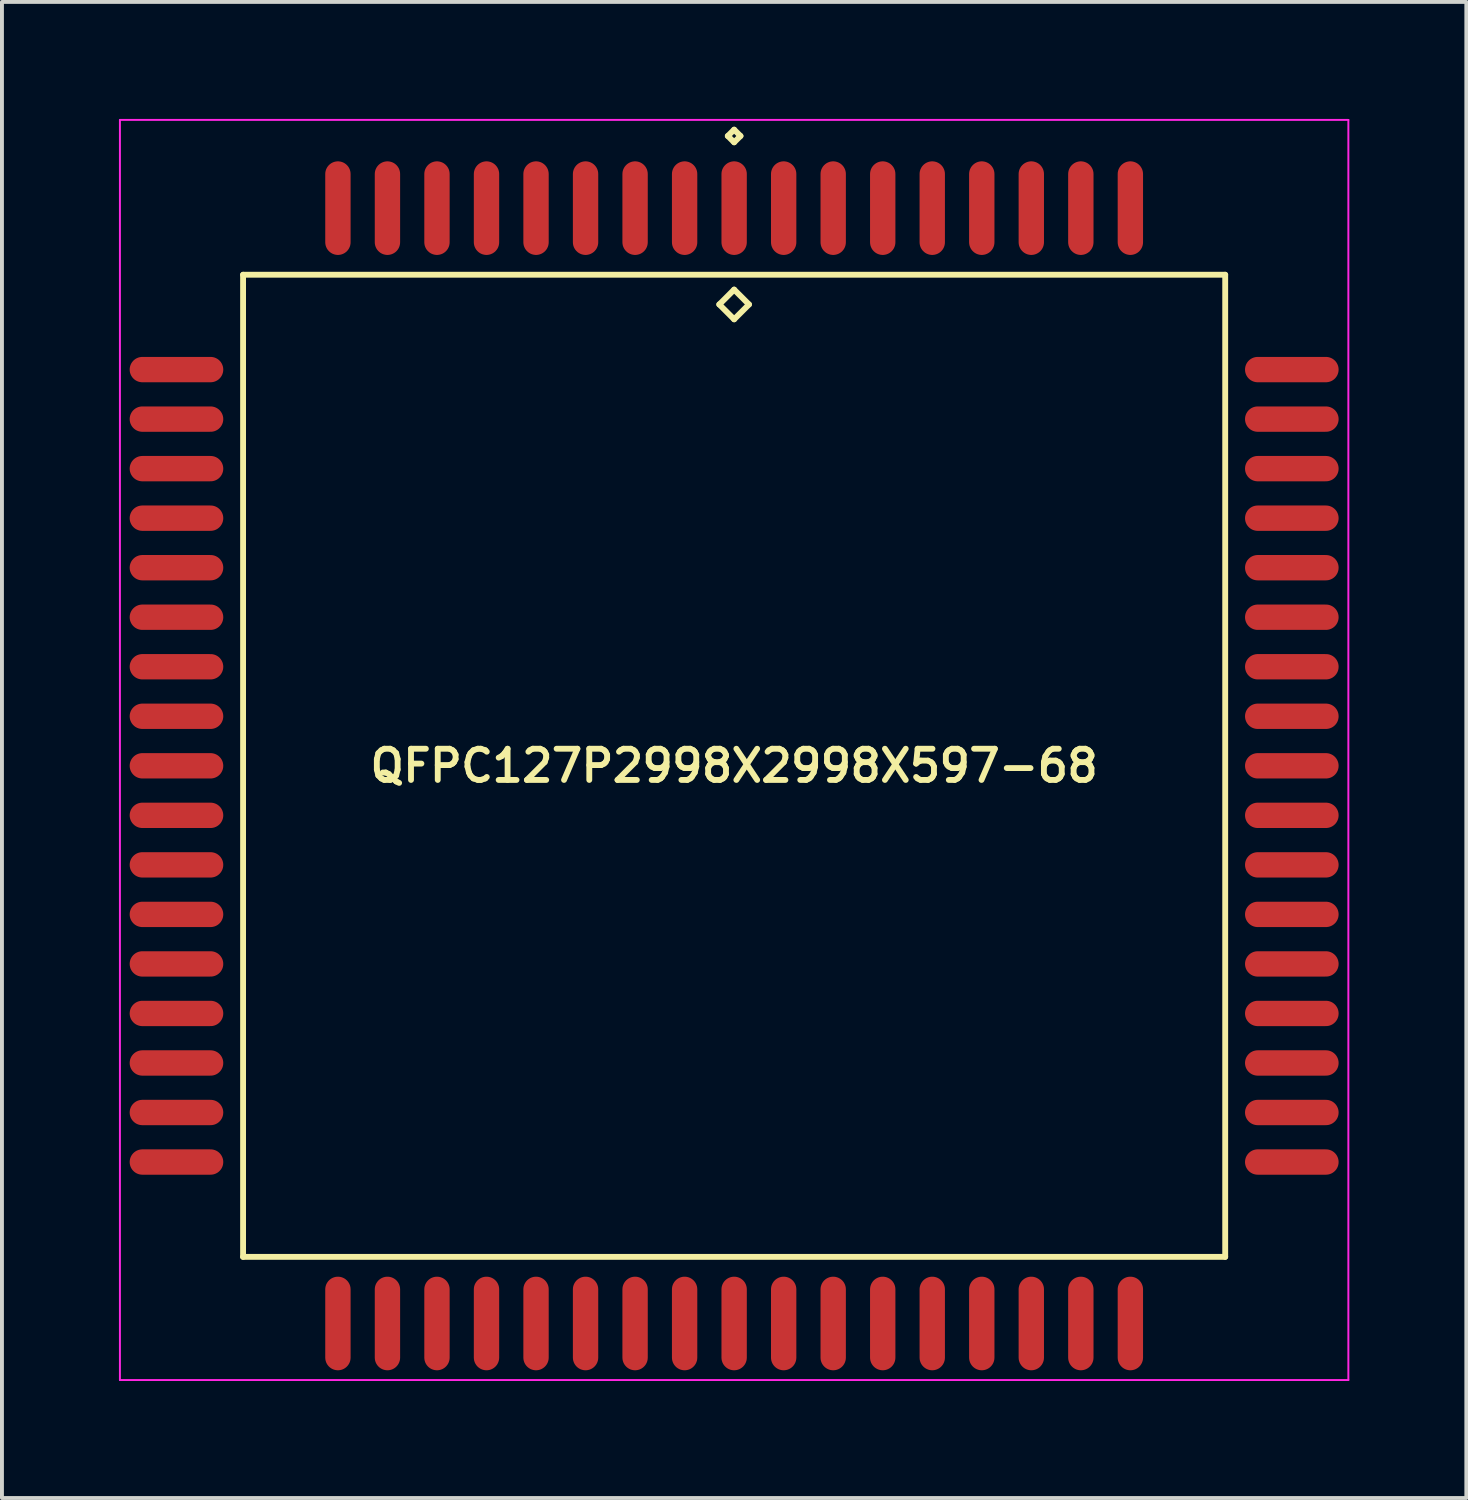
<source format=kicad_pcb>
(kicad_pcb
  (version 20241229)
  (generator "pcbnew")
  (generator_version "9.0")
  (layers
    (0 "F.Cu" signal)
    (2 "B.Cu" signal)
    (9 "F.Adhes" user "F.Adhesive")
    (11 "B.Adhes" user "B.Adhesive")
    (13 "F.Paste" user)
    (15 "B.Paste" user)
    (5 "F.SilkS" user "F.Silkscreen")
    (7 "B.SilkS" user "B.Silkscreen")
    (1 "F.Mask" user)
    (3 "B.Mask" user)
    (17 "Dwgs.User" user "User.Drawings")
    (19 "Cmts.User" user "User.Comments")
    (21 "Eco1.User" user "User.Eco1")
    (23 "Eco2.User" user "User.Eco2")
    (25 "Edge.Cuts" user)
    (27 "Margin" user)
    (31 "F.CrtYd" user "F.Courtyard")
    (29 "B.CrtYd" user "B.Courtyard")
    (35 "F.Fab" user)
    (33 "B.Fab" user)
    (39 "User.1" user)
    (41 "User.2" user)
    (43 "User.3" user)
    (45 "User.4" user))
  (footprint "QFPC127P2998X2998X597-68"
    (layer "F.Cu")
    (at 15.775 16.587)
    (property "Reference" "QFPC127P2998X2998X597-68" (at 0 0 0) (layer "F.SilkS") (effects (font (size 0.8 0.8) (thickness 0.15))))
    (attr smd)
    (fp_line (start -12.592 -12.592) (end -12.592 12.592) (stroke (width 0.15) (type solid)) (layer "F.SilkS"))
    (fp_line (start -12.592 12.592) (end 12.592 12.592) (stroke (width 0.15) (type solid)) (layer "F.SilkS"))
    (fp_line (start -0.381 -11.83) (end 0 -12.211) (stroke (width 0.15) (type solid)) (layer "F.SilkS"))
    (fp_line (start -0.163 -16.15) (end 0 -16.312) (stroke (width 0.15) (type solid)) (layer "F.SilkS"))
    (fp_line (start 0 -16.312) (end 0.163 -16.15) (stroke (width 0.15) (type solid)) (layer "F.SilkS"))
    (fp_line (start 0 -15.988) (end -0.163 -16.15) (stroke (width 0.15) (type solid)) (layer "F.SilkS"))
    (fp_line (start 0 -12.211) (end 0.381 -11.83) (stroke (width 0.15) (type solid)) (layer "F.SilkS"))
    (fp_line (start 0 -11.449) (end -0.381 -11.83) (stroke (width 0.15) (type solid)) (layer "F.SilkS"))
    (fp_line (start 0.163 -16.15) (end 0 -15.988) (stroke (width 0.15) (type solid)) (layer "F.SilkS"))
    (fp_line (start 0.381 -11.83) (end 0 -11.449) (stroke (width 0.15) (type solid)) (layer "F.SilkS"))
    (fp_line (start 12.592 -12.592) (end -12.592 -12.592) (stroke (width 0.15) (type solid)) (layer "F.SilkS"))
    (fp_line (start 12.592 12.592) (end 12.592 -12.592) (stroke (width 0.15) (type solid)) (layer "F.SilkS"))
    (fp_line (start -15.75 -16.562) (end 15.75 -16.562) (stroke (width 0.05) (type solid)) (layer "F.CrtYd"))
    (fp_line (start -15.75 15.75) (end -15.75 -16.562) (stroke (width 0.05) (type solid)) (layer "F.CrtYd"))
    (fp_line (start 15.75 -16.562) (end 15.75 15.75) (stroke (width 0.05) (type solid)) (layer "F.CrtYd"))
    (fp_line (start 15.75 15.75) (end -15.75 15.75) (stroke (width 0.05) (type solid)) (layer "F.CrtYd"))
    (pad "1" smd oval (at 0 -14.3) (size 0.65 2.4) (layers "F.Cu" "F.Mask" "F.Paste"))
    (pad "2" smd oval (at -1.27 -14.3) (size 0.65 2.4) (layers "F.Cu" "F.Mask" "F.Paste"))
    (pad "3" smd oval (at -2.54 -14.3) (size 0.65 2.4) (layers "F.Cu" "F.Mask" "F.Paste"))
    (pad "4" smd oval (at -3.81 -14.3) (size 0.65 2.4) (layers "F.Cu" "F.Mask" "F.Paste"))
    (pad "5" smd oval (at -5.08 -14.3) (size 0.65 2.4) (layers "F.Cu" "F.Mask" "F.Paste"))
    (pad "6" smd oval (at -6.35 -14.3) (size 0.65 2.4) (layers "F.Cu" "F.Mask" "F.Paste"))
    (pad "7" smd oval (at -7.62 -14.3) (size 0.65 2.4) (layers "F.Cu" "F.Mask" "F.Paste"))
    (pad "8" smd oval (at -8.89 -14.3) (size 0.65 2.4) (layers "F.Cu" "F.Mask" "F.Paste"))
    (pad "9" smd oval (at -10.16 -14.3) (size 0.65 2.4) (layers "F.Cu" "F.Mask" "F.Paste"))
    (pad "10" smd oval (at -14.3 -10.16) (size 2.4 0.65) (layers "F.Cu" "F.Mask" "F.Paste"))
    (pad "11" smd oval (at -14.3 -8.89) (size 2.4 0.65) (layers "F.Cu" "F.Mask" "F.Paste"))
    (pad "12" smd oval (at -14.3 -7.62) (size 2.4 0.65) (layers "F.Cu" "F.Mask" "F.Paste"))
    (pad "13" smd oval (at -14.3 -6.35) (size 2.4 0.65) (layers "F.Cu" "F.Mask" "F.Paste"))
    (pad "14" smd oval (at -14.3 -5.08) (size 2.4 0.65) (layers "F.Cu" "F.Mask" "F.Paste"))
    (pad "15" smd oval (at -14.3 -3.81) (size 2.4 0.65) (layers "F.Cu" "F.Mask" "F.Paste"))
    (pad "16" smd oval (at -14.3 -2.54) (size 2.4 0.65) (layers "F.Cu" "F.Mask" "F.Paste"))
    (pad "17" smd oval (at -14.3 -1.27) (size 2.4 0.65) (layers "F.Cu" "F.Mask" "F.Paste"))
    (pad "18" smd oval (at -14.3 0) (size 2.4 0.65) (layers "F.Cu" "F.Mask" "F.Paste"))
    (pad "19" smd oval (at -14.3 1.27) (size 2.4 0.65) (layers "F.Cu" "F.Mask" "F.Paste"))
    (pad "20" smd oval (at -14.3 2.54) (size 2.4 0.65) (layers "F.Cu" "F.Mask" "F.Paste"))
    (pad "21" smd oval (at -14.3 3.81) (size 2.4 0.65) (layers "F.Cu" "F.Mask" "F.Paste"))
    (pad "22" smd oval (at -14.3 5.08) (size 2.4 0.65) (layers "F.Cu" "F.Mask" "F.Paste"))
    (pad "23" smd oval (at -14.3 6.35) (size 2.4 0.65) (layers "F.Cu" "F.Mask" "F.Paste"))
    (pad "24" smd oval (at -14.3 7.62) (size 2.4 0.65) (layers "F.Cu" "F.Mask" "F.Paste"))
    (pad "25" smd oval (at -14.3 8.89) (size 2.4 0.65) (layers "F.Cu" "F.Mask" "F.Paste"))
    (pad "26" smd oval (at -14.3 10.16) (size 2.4 0.65) (layers "F.Cu" "F.Mask" "F.Paste"))
    (pad "27" smd oval (at -10.16 14.3) (size 0.65 2.4) (layers "F.Cu" "F.Mask" "F.Paste"))
    (pad "28" smd oval (at -8.89 14.3) (size 0.65 2.4) (layers "F.Cu" "F.Mask" "F.Paste"))
    (pad "29" smd oval (at -7.62 14.3) (size 0.65 2.4) (layers "F.Cu" "F.Mask" "F.Paste"))
    (pad "30" smd oval (at -6.35 14.3) (size 0.65 2.4) (layers "F.Cu" "F.Mask" "F.Paste"))
    (pad "31" smd oval (at -5.08 14.3) (size 0.65 2.4) (layers "F.Cu" "F.Mask" "F.Paste"))
    (pad "32" smd oval (at -3.81 14.3) (size 0.65 2.4) (layers "F.Cu" "F.Mask" "F.Paste"))
    (pad "33" smd oval (at -2.54 14.3) (size 0.65 2.4) (layers "F.Cu" "F.Mask" "F.Paste"))
    (pad "34" smd oval (at -1.27 14.3) (size 0.65 2.4) (layers "F.Cu" "F.Mask" "F.Paste"))
    (pad "35" smd oval (at 0 14.3) (size 0.65 2.4) (layers "F.Cu" "F.Mask" "F.Paste"))
    (pad "36" smd oval (at 1.27 14.3) (size 0.65 2.4) (layers "F.Cu" "F.Mask" "F.Paste"))
    (pad "37" smd oval (at 2.54 14.3) (size 0.65 2.4) (layers "F.Cu" "F.Mask" "F.Paste"))
    (pad "38" smd oval (at 3.81 14.3) (size 0.65 2.4) (layers "F.Cu" "F.Mask" "F.Paste"))
    (pad "39" smd oval (at 5.08 14.3) (size 0.65 2.4) (layers "F.Cu" "F.Mask" "F.Paste"))
    (pad "40" smd oval (at 6.35 14.3) (size 0.65 2.4) (layers "F.Cu" "F.Mask" "F.Paste"))
    (pad "41" smd oval (at 7.62 14.3) (size 0.65 2.4) (layers "F.Cu" "F.Mask" "F.Paste"))
    (pad "42" smd oval (at 8.89 14.3) (size 0.65 2.4) (layers "F.Cu" "F.Mask" "F.Paste"))
    (pad "43" smd oval (at 10.16 14.3) (size 0.65 2.4) (layers "F.Cu" "F.Mask" "F.Paste"))
    (pad "44" smd oval (at 14.3 10.16) (size 2.4 0.65) (layers "F.Cu" "F.Mask" "F.Paste"))
    (pad "45" smd oval (at 14.3 8.89) (size 2.4 0.65) (layers "F.Cu" "F.Mask" "F.Paste"))
    (pad "46" smd oval (at 14.3 7.62) (size 2.4 0.65) (layers "F.Cu" "F.Mask" "F.Paste"))
    (pad "47" smd oval (at 14.3 6.35) (size 2.4 0.65) (layers "F.Cu" "F.Mask" "F.Paste"))
    (pad "48" smd oval (at 14.3 5.08) (size 2.4 0.65) (layers "F.Cu" "F.Mask" "F.Paste"))
    (pad "49" smd oval (at 14.3 3.81) (size 2.4 0.65) (layers "F.Cu" "F.Mask" "F.Paste"))
    (pad "50" smd oval (at 14.3 2.54) (size 2.4 0.65) (layers "F.Cu" "F.Mask" "F.Paste"))
    (pad "51" smd oval (at 14.3 1.27) (size 2.4 0.65) (layers "F.Cu" "F.Mask" "F.Paste"))
    (pad "52" smd oval (at 14.3 0) (size 2.4 0.65) (layers "F.Cu" "F.Mask" "F.Paste"))
    (pad "53" smd oval (at 14.3 -1.27) (size 2.4 0.65) (layers "F.Cu" "F.Mask" "F.Paste"))
    (pad "54" smd oval (at 14.3 -2.54) (size 2.4 0.65) (layers "F.Cu" "F.Mask" "F.Paste"))
    (pad "55" smd oval (at 14.3 -3.81) (size 2.4 0.65) (layers "F.Cu" "F.Mask" "F.Paste"))
    (pad "56" smd oval (at 14.3 -5.08) (size 2.4 0.65) (layers "F.Cu" "F.Mask" "F.Paste"))
    (pad "57" smd oval (at 14.3 -6.35) (size 2.4 0.65) (layers "F.Cu" "F.Mask" "F.Paste"))
    (pad "58" smd oval (at 14.3 -7.62) (size 2.4 0.65) (layers "F.Cu" "F.Mask" "F.Paste"))
    (pad "59" smd oval (at 14.3 -8.89) (size 2.4 0.65) (layers "F.Cu" "F.Mask" "F.Paste"))
    (pad "60" smd oval (at 14.3 -10.16) (size 2.4 0.65) (layers "F.Cu" "F.Mask" "F.Paste"))
    (pad "61" smd oval (at 10.16 -14.3) (size 0.65 2.4) (layers "F.Cu" "F.Mask" "F.Paste"))
    (pad "62" smd oval (at 8.89 -14.3) (size 0.65 2.4) (layers "F.Cu" "F.Mask" "F.Paste"))
    (pad "63" smd oval (at 7.62 -14.3) (size 0.65 2.4) (layers "F.Cu" "F.Mask" "F.Paste"))
    (pad "64" smd oval (at 6.35 -14.3) (size 0.65 2.4) (layers "F.Cu" "F.Mask" "F.Paste"))
    (pad "65" smd oval (at 5.08 -14.3) (size 0.65 2.4) (layers "F.Cu" "F.Mask" "F.Paste"))
    (pad "66" smd oval (at 3.81 -14.3) (size 0.65 2.4) (layers "F.Cu" "F.Mask" "F.Paste"))
    (pad "67" smd oval (at 2.54 -14.3) (size 0.65 2.4) (layers "F.Cu" "F.Mask" "F.Paste"))
    (pad "68" smd oval (at 1.27 -14.3) (size 0.65 2.4) (layers "F.Cu" "F.Mask" "F.Paste")))
  (gr_rect
    (start -3 -3)
    (end 34.55 35.362)
    (stroke (width 0.1) (type default))
    (fill no)
    (layer "Edge.Cuts")))
</source>
